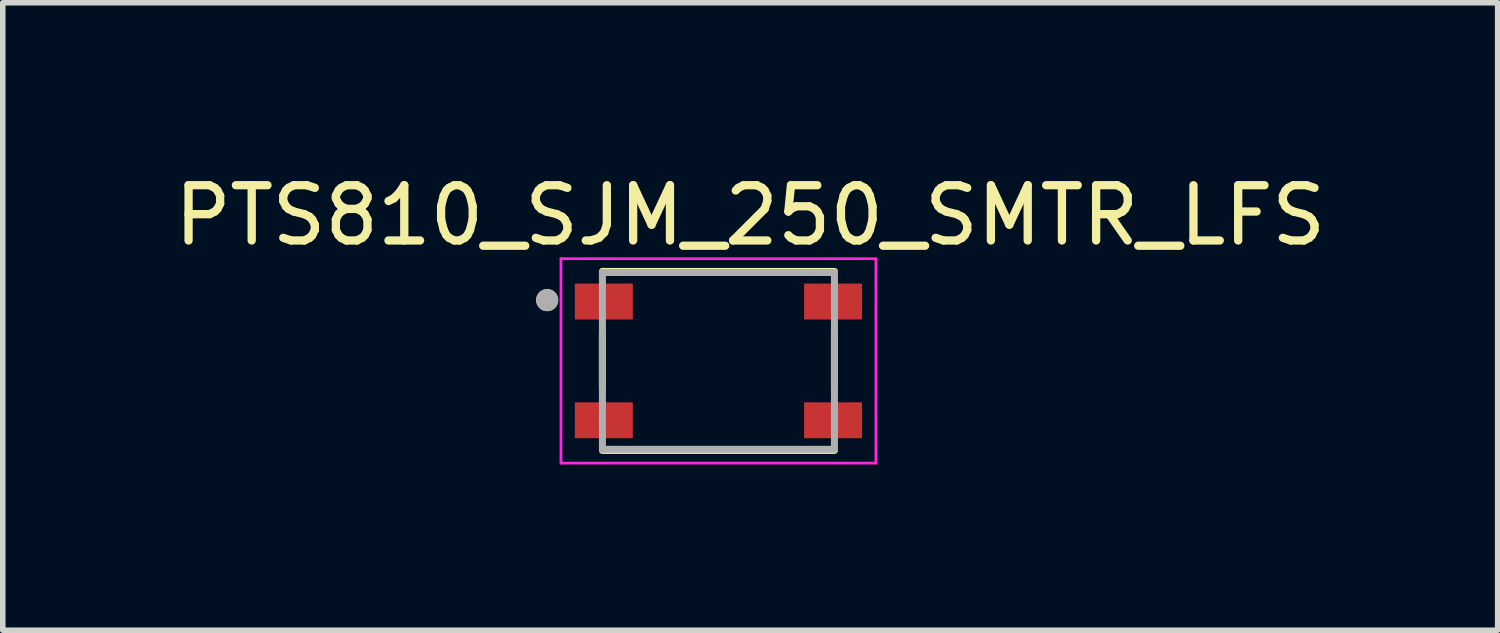
<source format=kicad_pcb>
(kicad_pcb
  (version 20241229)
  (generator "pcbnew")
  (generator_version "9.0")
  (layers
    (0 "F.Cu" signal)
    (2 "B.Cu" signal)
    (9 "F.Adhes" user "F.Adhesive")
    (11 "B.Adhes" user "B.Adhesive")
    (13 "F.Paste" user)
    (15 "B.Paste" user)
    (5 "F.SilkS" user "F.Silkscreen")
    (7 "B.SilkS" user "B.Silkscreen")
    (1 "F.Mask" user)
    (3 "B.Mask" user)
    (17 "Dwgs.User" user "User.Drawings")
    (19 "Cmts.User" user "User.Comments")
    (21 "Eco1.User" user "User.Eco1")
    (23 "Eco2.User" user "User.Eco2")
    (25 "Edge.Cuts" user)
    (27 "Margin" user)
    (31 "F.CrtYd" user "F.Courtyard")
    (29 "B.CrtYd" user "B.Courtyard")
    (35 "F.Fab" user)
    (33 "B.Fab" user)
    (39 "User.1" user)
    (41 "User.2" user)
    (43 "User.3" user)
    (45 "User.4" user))
  (footprint "PTS810_SJM_250_SMTR_LFS"
    (layer "F.Cu")
    (at 9.955 3.483)
    (property "Reference" "PTS810_SJM_250_SMTR_LFS" (at 0.575 -2.635 0) (layer "F.SilkS") (effects (font (size 1 1) (thickness 0.15))))
    (attr smd)
    (fp_line (start -2.1 -1.62) (end 2.1 -1.62) (stroke (width 0.127) (type solid)) (layer "F.SilkS"))
    (fp_line (start -2.1 0.5) (end -2.1 -0.5) (stroke (width 0.127) (type solid)) (layer "F.SilkS"))
    (fp_line (start 2.1 0.5) (end 2.1 -0.5) (stroke (width 0.127) (type solid)) (layer "F.SilkS"))
    (fp_line (start 2.1 1.62) (end -2.1 1.62) (stroke (width 0.127) (type solid)) (layer "F.SilkS"))
    (fp_circle (center -3.1 -1.1) (end -3 -1.1) (stroke (width 0.2) (type solid)) (fill no) (layer "F.SilkS"))
    (fp_line (start -2.85 -1.85) (end 2.85 -1.85) (stroke (width 0.05) (type solid)) (layer "F.CrtYd"))
    (fp_line (start -2.85 1.85) (end -2.85 -1.85) (stroke (width 0.05) (type solid)) (layer "F.CrtYd"))
    (fp_line (start 2.85 -1.85) (end 2.85 1.85) (stroke (width 0.05) (type solid)) (layer "F.CrtYd"))
    (fp_line (start 2.85 1.85) (end -2.85 1.85) (stroke (width 0.05) (type solid)) (layer "F.CrtYd"))
    (fp_line (start -2.1 -1.6) (end 2.1 -1.6) (stroke (width 0.127) (type solid)) (layer "F.Fab"))
    (fp_line (start -2.1 1.6) (end -2.1 -1.6) (stroke (width 0.127) (type solid)) (layer "F.Fab"))
    (fp_line (start 2.1 -1.6) (end 2.1 1.6) (stroke (width 0.127) (type solid)) (layer "F.Fab"))
    (fp_line (start 2.1 1.6) (end -2.1 1.6) (stroke (width 0.127) (type solid)) (layer "F.Fab"))
    (fp_circle (center -3.1 -1.1) (end -3 -1.1) (stroke (width 0.2) (type solid)) (fill no) (layer "F.Fab"))
    (pad "1" smd rect (at -2.075 -1.075) (size 1.05 0.65) (layers "F.Cu" "F.Mask" "F.Paste"))
    (pad "2" smd rect (at 2.075 -1.075) (size 1.05 0.65) (layers "F.Cu" "F.Mask" "F.Paste"))
    (pad "3" smd rect (at -2.075 1.075) (size 1.05 0.65) (layers "F.Cu" "F.Mask" "F.Paste"))
    (pad "4" smd rect (at 2.075 1.075) (size 1.05 0.65) (layers "F.Cu" "F.Mask" "F.Paste")))
  (gr_rect
    (start -3 -3)
    (end 24.06 8.358)
    (stroke (width 0.1) (type default))
    (fill no)
    (layer "Edge.Cuts")))
</source>
